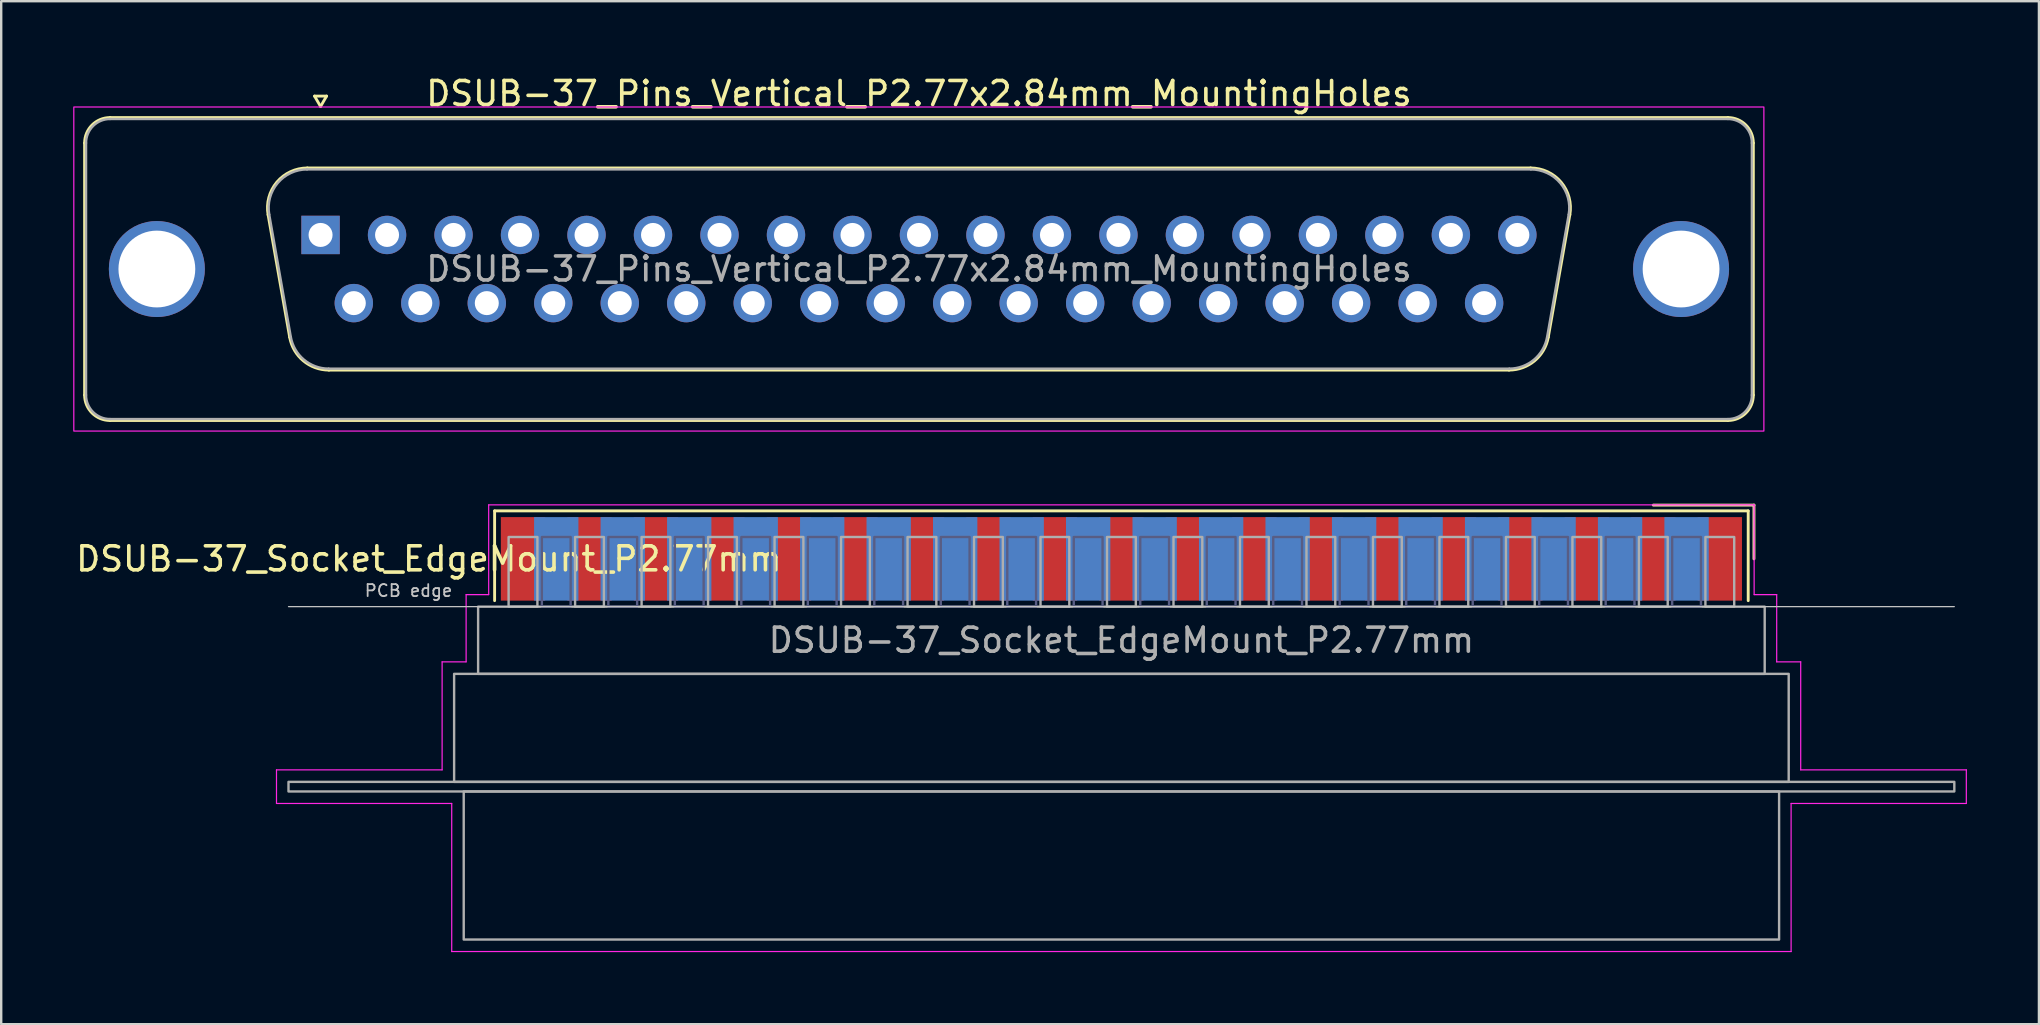
<source format=kicad_pcb>
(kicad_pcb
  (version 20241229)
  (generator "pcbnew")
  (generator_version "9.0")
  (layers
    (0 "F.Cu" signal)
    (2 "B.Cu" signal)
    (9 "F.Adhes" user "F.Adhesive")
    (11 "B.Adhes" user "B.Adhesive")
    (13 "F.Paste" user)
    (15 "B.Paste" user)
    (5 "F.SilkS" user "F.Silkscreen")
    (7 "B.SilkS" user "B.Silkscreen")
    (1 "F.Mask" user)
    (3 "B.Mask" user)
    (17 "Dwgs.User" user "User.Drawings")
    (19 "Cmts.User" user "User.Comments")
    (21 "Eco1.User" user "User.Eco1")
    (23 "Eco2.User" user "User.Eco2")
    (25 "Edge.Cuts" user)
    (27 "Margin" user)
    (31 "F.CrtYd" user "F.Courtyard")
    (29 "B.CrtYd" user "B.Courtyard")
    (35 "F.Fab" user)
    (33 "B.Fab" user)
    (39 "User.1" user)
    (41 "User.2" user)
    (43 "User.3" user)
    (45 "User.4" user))
  (footprint "DSUB-37_Pins_Vertical_P2.77x2.84mm_MountingHoles"
    (layer "F.Cu")
    (at 10.305 6.738)
    (property "Reference" "DSUB-37_Pins_Vertical_P2.77x2.84mm_MountingHoles" (at 24.93 -5.89 0) (layer "F.SilkS") (effects (font (size 1 1) (thickness 0.15))))
    (attr through_hole)
    (fp_line (start -9.83 6.67) (end -9.83 -3.83) (stroke (width 0.12) (type solid)) (layer "F.SilkS"))
    (fp_line (start -8.77 -4.89) (end 58.63 -4.89) (stroke (width 0.12) (type solid)) (layer "F.SilkS"))
    (fp_line (start -1.287 4.258) (end -2.186 -0.842) (stroke (width 0.12) (type solid)) (layer "F.SilkS"))
    (fp_line (start -0.552 -2.79) (end 50.412 -2.79) (stroke (width 0.12) (type solid)) (layer "F.SilkS"))
    (fp_line (start -0.25 -5.784) (end 0.25 -5.784) (stroke (width 0.12) (type solid)) (layer "F.SilkS"))
    (fp_line (start 0 -5.351) (end -0.25 -5.784) (stroke (width 0.12) (type solid)) (layer "F.SilkS"))
    (fp_line (start 0.25 -5.784) (end 0 -5.351) (stroke (width 0.12) (type solid)) (layer "F.SilkS"))
    (fp_line (start 49.512 5.63) (end 0.348 5.63) (stroke (width 0.12) (type solid)) (layer "F.SilkS"))
    (fp_line (start 52.046 -0.842) (end 51.147 4.258) (stroke (width 0.12) (type solid)) (layer "F.SilkS"))
    (fp_line (start 58.63 7.73) (end -8.77 7.73) (stroke (width 0.12) (type solid)) (layer "F.SilkS"))
    (fp_line (start 59.69 -3.83) (end 59.69 6.67) (stroke (width 0.12) (type solid)) (layer "F.SilkS"))
    (fp_arc (start -9.83 -3.83) (mid -9.519533 -4.579533) (end -8.77 -4.89) (stroke (width 0.12) (type solid)) (layer "F.SilkS"))
    (fp_arc (start -8.77 7.73) (mid -9.519533 7.419533) (end -9.83 6.67) (stroke (width 0.12) (type solid)) (layer "F.SilkS"))
    (fp_arc (start -2.18647 -0.841744) (mid -1.823323 -2.197027) (end -0.551689 -2.79) (stroke (width 0.12) (type solid)) (layer "F.SilkS"))
    (fp_arc (start 0.347579 5.63) (mid -0.719449 5.241634) (end -1.287202 4.258256) (stroke (width 0.12) (type solid)) (layer "F.SilkS"))
    (fp_arc (start 50.411689 -2.79) (mid 51.683323 -2.197027) (end 52.04647 -0.841744) (stroke (width 0.12) (type solid)) (layer "F.SilkS"))
    (fp_arc (start 51.147202 4.258256) (mid 50.579449 5.241634) (end 49.512421 5.63) (stroke (width 0.12) (type solid)) (layer "F.SilkS"))
    (fp_arc (start 58.63 -4.89) (mid 59.379533 -4.579533) (end 59.69 -3.83) (stroke (width 0.12) (type solid)) (layer "F.SilkS"))
    (fp_arc (start 59.69 6.67) (mid 59.379533 7.419533) (end 58.63 7.73) (stroke (width 0.12) (type solid)) (layer "F.SilkS"))
    (fp_rect (start -10.28 -5.33) (end 60.13 8.17) (stroke (width 0.05) (type solid)) (fill no) (layer "F.CrtYd"))
    (fp_line (start -9.77 6.67) (end -9.77 -3.83) (stroke (width 0.1) (type solid)) (layer "F.Fab"))
    (fp_line (start -8.77 -4.83) (end 58.63 -4.83) (stroke (width 0.1) (type solid)) (layer "F.Fab"))
    (fp_line (start -1.24 4.248) (end -2.139 -0.852) (stroke (width 0.1) (type solid)) (layer "F.Fab"))
    (fp_line (start -0.563 -2.73) (end 50.423 -2.73) (stroke (width 0.1) (type solid)) (layer "F.Fab"))
    (fp_line (start 49.524 5.57) (end 0.336 5.57) (stroke (width 0.1) (type solid)) (layer "F.Fab"))
    (fp_line (start 51.999 -0.852) (end 51.1 4.248) (stroke (width 0.1) (type solid)) (layer "F.Fab"))
    (fp_line (start 58.63 7.67) (end -8.77 7.67) (stroke (width 0.1) (type solid)) (layer "F.Fab"))
    (fp_line (start 59.63 -3.83) (end 59.63 6.67) (stroke (width 0.1) (type solid)) (layer "F.Fab"))
    (fp_arc (start -9.77 -3.83) (mid -9.477107 -4.537107) (end -8.77 -4.83) (stroke (width 0.1) (type solid)) (layer "F.Fab"))
    (fp_arc (start -8.77 7.67) (mid -9.477107 7.377107) (end -9.77 6.67) (stroke (width 0.1) (type solid)) (layer "F.Fab"))
    (fp_arc (start -2.138887 -0.852163) (mid -1.788865 -2.15846) (end -0.563194 -2.73) (stroke (width 0.1) (type solid)) (layer "F.Fab"))
    (fp_arc (start 0.336073 5.57) (mid -0.692387 5.195671) (end -1.239619 4.247837) (stroke (width 0.1) (type solid)) (layer "F.Fab"))
    (fp_arc (start 50.423194 -2.73) (mid 51.648865 -2.15846) (end 51.998887 -0.852163) (stroke (width 0.1) (type solid)) (layer "F.Fab"))
    (fp_arc (start 51.099619 4.247837) (mid 50.552387 5.195671) (end 49.523927 5.57) (stroke (width 0.1) (type solid)) (layer "F.Fab"))
    (fp_arc (start 58.63 -4.83) (mid 59.337107 -4.537107) (end 59.63 -3.83) (stroke (width 0.1) (type solid)) (layer "F.Fab"))
    (fp_arc (start 59.63 6.67) (mid 59.337107 7.377107) (end 58.63 7.67) (stroke (width 0.1) (type solid)) (layer "F.Fab"))
    (fp_text user "${REFERENCE}" (at 24.93 1.42 0) (layer "F.Fab") (effects (font (size 1 1) (thickness 0.15))))
    (pad "1" thru_hole rect (at 0 0) (size 1.6 1.6) (drill 1) (layers "*.Cu" "*.Mask"))
    (pad "2" thru_hole circle (at 2.77 0) (size 1.6 1.6) (drill 1) (layers "*.Cu" "*.Mask"))
    (pad "3" thru_hole circle (at 5.54 0) (size 1.6 1.6) (drill 1) (layers "*.Cu" "*.Mask"))
    (pad "4" thru_hole circle (at 8.31 0) (size 1.6 1.6) (drill 1) (layers "*.Cu" "*.Mask"))
    (pad "5" thru_hole circle (at 11.08 0) (size 1.6 1.6) (drill 1) (layers "*.Cu" "*.Mask"))
    (pad "6" thru_hole circle (at 13.85 0) (size 1.6 1.6) (drill 1) (layers "*.Cu" "*.Mask"))
    (pad "7" thru_hole circle (at 16.62 0) (size 1.6 1.6) (drill 1) (layers "*.Cu" "*.Mask"))
    (pad "8" thru_hole circle (at 19.39 0) (size 1.6 1.6) (drill 1) (layers "*.Cu" "*.Mask"))
    (pad "9" thru_hole circle (at 22.16 0) (size 1.6 1.6) (drill 1) (layers "*.Cu" "*.Mask"))
    (pad "10" thru_hole circle (at 24.93 0) (size 1.6 1.6) (drill 1) (layers "*.Cu" "*.Mask"))
    (pad "11" thru_hole circle (at 27.7 0) (size 1.6 1.6) (drill 1) (layers "*.Cu" "*.Mask"))
    (pad "12" thru_hole circle (at 30.47 0) (size 1.6 1.6) (drill 1) (layers "*.Cu" "*.Mask"))
    (pad "13" thru_hole circle (at 33.24 0) (size 1.6 1.6) (drill 1) (layers "*.Cu" "*.Mask"))
    (pad "14" thru_hole circle (at 36.01 0) (size 1.6 1.6) (drill 1) (layers "*.Cu" "*.Mask"))
    (pad "15" thru_hole circle (at 38.78 0) (size 1.6 1.6) (drill 1) (layers "*.Cu" "*.Mask"))
    (pad "16" thru_hole circle (at 41.55 0) (size 1.6 1.6) (drill 1) (layers "*.Cu" "*.Mask"))
    (pad "17" thru_hole circle (at 44.32 0) (size 1.6 1.6) (drill 1) (layers "*.Cu" "*.Mask"))
    (pad "18" thru_hole circle (at 47.09 0) (size 1.6 1.6) (drill 1) (layers "*.Cu" "*.Mask"))
    (pad "19" thru_hole circle (at 49.86 0) (size 1.6 1.6) (drill 1) (layers "*.Cu" "*.Mask"))
    (pad "20" thru_hole circle (at 1.385 2.84) (size 1.6 1.6) (drill 1) (layers "*.Cu" "*.Mask"))
    (pad "21" thru_hole circle (at 4.155 2.84) (size 1.6 1.6) (drill 1) (layers "*.Cu" "*.Mask"))
    (pad "22" thru_hole circle (at 6.925 2.84) (size 1.6 1.6) (drill 1) (layers "*.Cu" "*.Mask"))
    (pad "23" thru_hole circle (at 9.695 2.84) (size 1.6 1.6) (drill 1) (layers "*.Cu" "*.Mask"))
    (pad "24" thru_hole circle (at 12.465 2.84) (size 1.6 1.6) (drill 1) (layers "*.Cu" "*.Mask"))
    (pad "25" thru_hole circle (at 15.235 2.84) (size 1.6 1.6) (drill 1) (layers "*.Cu" "*.Mask"))
    (pad "26" thru_hole circle (at 18.005 2.84) (size 1.6 1.6) (drill 1) (layers "*.Cu" "*.Mask"))
    (pad "27" thru_hole circle (at 20.775 2.84) (size 1.6 1.6) (drill 1) (layers "*.Cu" "*.Mask"))
    (pad "28" thru_hole circle (at 23.545 2.84) (size 1.6 1.6) (drill 1) (layers "*.Cu" "*.Mask"))
    (pad "29" thru_hole circle (at 26.315 2.84) (size 1.6 1.6) (drill 1) (layers "*.Cu" "*.Mask"))
    (pad "30" thru_hole circle (at 29.085 2.84) (size 1.6 1.6) (drill 1) (layers "*.Cu" "*.Mask"))
    (pad "31" thru_hole circle (at 31.855 2.84) (size 1.6 1.6) (drill 1) (layers "*.Cu" "*.Mask"))
    (pad "32" thru_hole circle (at 34.625 2.84) (size 1.6 1.6) (drill 1) (layers "*.Cu" "*.Mask"))
    (pad "33" thru_hole circle (at 37.395 2.84) (size 1.6 1.6) (drill 1) (layers "*.Cu" "*.Mask"))
    (pad "34" thru_hole circle (at 40.165 2.84) (size 1.6 1.6) (drill 1) (layers "*.Cu" "*.Mask"))
    (pad "35" thru_hole circle (at 42.935 2.84) (size 1.6 1.6) (drill 1) (layers "*.Cu" "*.Mask"))
    (pad "36" thru_hole circle (at 45.705 2.84) (size 1.6 1.6) (drill 1) (layers "*.Cu" "*.Mask"))
    (pad "37" thru_hole circle (at 48.475 2.84) (size 1.6 1.6) (drill 1) (layers "*.Cu" "*.Mask"))
    (pad "SH" thru_hole circle (at -6.82 1.42) (size 4 4) (drill 3.2) (layers "*.Cu" "*.Mask"))
    (pad "SH" thru_hole circle (at 56.68 1.42) (size 4 4) (drill 3.2) (layers "*.Cu" "*.Mask")))
  (footprint "DSUB-37_Socket_EdgeMount_P2.77mm"
    (layer "F.Cu")
    (at 43.669 20.233)
    (property "Reference" "DSUB-37_Socket_EdgeMount_P2.77mm" (at -28.853 0 0) (layer "F.SilkS") (effects (font (size 1 1) (thickness 0.15))))
    (attr smd)
    (fp_line (start -26.113 -2) (end -26.113 1.74) (stroke (width 0.12) (type solid)) (layer "F.SilkS"))
    (fp_line (start 26.113 -2) (end -26.113 -2) (stroke (width 0.12) (type solid)) (layer "F.SilkS"))
    (fp_line (start 26.113 1.74) (end 26.113 -2) (stroke (width 0.12) (type solid)) (layer "F.SilkS"))
    (fp_line (start 26.353 -2.24) (end 22.16 -2.24) (stroke (width 0.12) (type solid)) (layer "F.SilkS"))
    (fp_line (start 26.353 0) (end 26.353 -2.24) (stroke (width 0.12) (type solid)) (layer "F.SilkS"))
    (fp_line (start -34.7 1.99) (end 34.7 1.99) (stroke (width 0.05) (type solid)) (layer "Dwgs.User"))
    (fp_line (start -35.2 8.79) (end -28.3 8.79) (stroke (width 0.05) (type solid)) (layer "F.CrtYd"))
    (fp_line (start -35.2 10.19) (end -35.2 8.79) (stroke (width 0.05) (type solid)) (layer "F.CrtYd"))
    (fp_line (start -28.3 4.29) (end -27.3 4.29) (stroke (width 0.05) (type solid)) (layer "F.CrtYd"))
    (fp_line (start -28.3 8.79) (end -28.3 4.29) (stroke (width 0.05) (type solid)) (layer "F.CrtYd"))
    (fp_line (start -27.9 10.19) (end -35.2 10.19) (stroke (width 0.05) (type solid)) (layer "F.CrtYd"))
    (fp_line (start -27.9 16.36) (end -27.9 10.19) (stroke (width 0.05) (type solid)) (layer "F.CrtYd"))
    (fp_line (start -27.3 1.49) (end -26.36 1.49) (stroke (width 0.05) (type solid)) (layer "F.CrtYd"))
    (fp_line (start -27.3 4.29) (end -27.3 1.49) (stroke (width 0.05) (type solid)) (layer "F.CrtYd"))
    (fp_line (start -26.36 -2.25) (end 26.36 -2.25) (stroke (width 0.05) (type solid)) (layer "F.CrtYd"))
    (fp_line (start -26.36 1.49) (end -26.36 -2.25) (stroke (width 0.05) (type solid)) (layer "F.CrtYd"))
    (fp_line (start 26.36 -2.25) (end 26.36 1.49) (stroke (width 0.05) (type solid)) (layer "F.CrtYd"))
    (fp_line (start 26.36 1.49) (end 27.3 1.49) (stroke (width 0.05) (type solid)) (layer "F.CrtYd"))
    (fp_line (start 27.3 1.49) (end 27.3 4.29) (stroke (width 0.05) (type solid)) (layer "F.CrtYd"))
    (fp_line (start 27.3 4.29) (end 28.3 4.29) (stroke (width 0.05) (type solid)) (layer "F.CrtYd"))
    (fp_line (start 27.9 10.19) (end 27.9 16.36) (stroke (width 0.05) (type solid)) (layer "F.CrtYd"))
    (fp_line (start 27.9 16.36) (end -27.9 16.36) (stroke (width 0.05) (type solid)) (layer "F.CrtYd"))
    (fp_line (start 28.3 4.29) (end 28.3 8.79) (stroke (width 0.05) (type solid)) (layer "F.CrtYd"))
    (fp_line (start 28.3 8.79) (end 35.2 8.79) (stroke (width 0.05) (type solid)) (layer "F.CrtYd"))
    (fp_line (start 35.2 8.79) (end 35.2 10.19) (stroke (width 0.05) (type solid)) (layer "F.CrtYd"))
    (fp_line (start 35.2 10.19) (end 27.9 10.19) (stroke (width 0.05) (type solid)) (layer "F.CrtYd"))
    (fp_rect (start -24.145 -0.91) (end -22.945 1.99) (stroke (width 0.1) (type solid)) (fill no) (layer "B.Fab"))
    (fp_rect (start -21.375 -0.91) (end -20.175 1.99) (stroke (width 0.1) (type solid)) (fill no) (layer "B.Fab"))
    (fp_rect (start -18.605 -0.91) (end -17.405 1.99) (stroke (width 0.1) (type solid)) (fill no) (layer "B.Fab"))
    (fp_rect (start -15.835 -0.91) (end -14.635 1.99) (stroke (width 0.1) (type solid)) (fill no) (layer "B.Fab"))
    (fp_rect (start -13.065 -0.91) (end -11.865 1.99) (stroke (width 0.1) (type solid)) (fill no) (layer "B.Fab"))
    (fp_rect (start -10.295 -0.91) (end -9.095 1.99) (stroke (width 0.1) (type solid)) (fill no) (layer "B.Fab"))
    (fp_rect (start -7.525 -0.91) (end -6.325 1.99) (stroke (width 0.1) (type solid)) (fill no) (layer "B.Fab"))
    (fp_rect (start -4.755 -0.91) (end -3.555 1.99) (stroke (width 0.1) (type solid)) (fill no) (layer "B.Fab"))
    (fp_rect (start -1.985 -0.91) (end -0.785 1.99) (stroke (width 0.1) (type solid)) (fill no) (layer "B.Fab"))
    (fp_rect (start 0.785 -0.91) (end 1.985 1.99) (stroke (width 0.1) (type solid)) (fill no) (layer "B.Fab"))
    (fp_rect (start 3.555 -0.91) (end 4.755 1.99) (stroke (width 0.1) (type solid)) (fill no) (layer "B.Fab"))
    (fp_rect (start 6.325 -0.91) (end 7.525 1.99) (stroke (width 0.1) (type solid)) (fill no) (layer "B.Fab"))
    (fp_rect (start 9.095 -0.91) (end 10.295 1.99) (stroke (width 0.1) (type solid)) (fill no) (layer "B.Fab"))
    (fp_rect (start 11.865 -0.91) (end 13.065 1.99) (stroke (width 0.1) (type solid)) (fill no) (layer "B.Fab"))
    (fp_rect (start 14.635 -0.91) (end 15.835 1.99) (stroke (width 0.1) (type solid)) (fill no) (layer "B.Fab"))
    (fp_rect (start 17.405 -0.91) (end 18.605 1.99) (stroke (width 0.1) (type solid)) (fill no) (layer "B.Fab"))
    (fp_rect (start 20.175 -0.91) (end 21.375 1.99) (stroke (width 0.1) (type solid)) (fill no) (layer "B.Fab"))
    (fp_rect (start 22.945 -0.91) (end 24.145 1.99) (stroke (width 0.1) (type solid)) (fill no) (layer "B.Fab"))
    (fp_rect (start -34.7 9.29) (end 34.7 9.69) (stroke (width 0.1) (type solid)) (fill no) (layer "F.Fab"))
    (fp_rect (start -27.8 4.79) (end 27.8 9.29) (stroke (width 0.1) (type solid)) (fill no) (layer "F.Fab"))
    (fp_rect (start -27.4 9.69) (end 27.4 15.86) (stroke (width 0.1) (type solid)) (fill no) (layer "F.Fab"))
    (fp_rect (start -26.8 1.99) (end 26.8 4.79) (stroke (width 0.1) (type solid)) (fill no) (layer "F.Fab"))
    (fp_rect (start -25.53 -0.91) (end -24.33 1.99) (stroke (width 0.1) (type solid)) (fill no) (layer "F.Fab"))
    (fp_rect (start -22.76 -0.91) (end -21.56 1.99) (stroke (width 0.1) (type solid)) (fill no) (layer "F.Fab"))
    (fp_rect (start -19.99 -0.91) (end -18.79 1.99) (stroke (width 0.1) (type solid)) (fill no) (layer "F.Fab"))
    (fp_rect (start -17.22 -0.91) (end -16.02 1.99) (stroke (width 0.1) (type solid)) (fill no) (layer "F.Fab"))
    (fp_rect (start -14.45 -0.91) (end -13.25 1.99) (stroke (width 0.1) (type solid)) (fill no) (layer "F.Fab"))
    (fp_rect (start -11.68 -0.91) (end -10.48 1.99) (stroke (width 0.1) (type solid)) (fill no) (layer "F.Fab"))
    (fp_rect (start -8.91 -0.91) (end -7.71 1.99) (stroke (width 0.1) (type solid)) (fill no) (layer "F.Fab"))
    (fp_rect (start -6.14 -0.91) (end -4.94 1.99) (stroke (width 0.1) (type solid)) (fill no) (layer "F.Fab"))
    (fp_rect (start -3.37 -0.91) (end -2.17 1.99) (stroke (width 0.1) (type solid)) (fill no) (layer "F.Fab"))
    (fp_rect (start -0.6 -0.91) (end 0.6 1.99) (stroke (width 0.1) (type solid)) (fill no) (layer "F.Fab"))
    (fp_rect (start 2.17 -0.91) (end 3.37 1.99) (stroke (width 0.1) (type solid)) (fill no) (layer "F.Fab"))
    (fp_rect (start 4.94 -0.91) (end 6.14 1.99) (stroke (width 0.1) (type solid)) (fill no) (layer "F.Fab"))
    (fp_rect (start 7.71 -0.91) (end 8.91 1.99) (stroke (width 0.1) (type solid)) (fill no) (layer "F.Fab"))
    (fp_rect (start 10.48 -0.91) (end 11.68 1.99) (stroke (width 0.1) (type solid)) (fill no) (layer "F.Fab"))
    (fp_rect (start 13.25 -0.91) (end 14.45 1.99) (stroke (width 0.1) (type solid)) (fill no) (layer "F.Fab"))
    (fp_rect (start 16.02 -0.91) (end 17.22 1.99) (stroke (width 0.1) (type solid)) (fill no) (layer "F.Fab"))
    (fp_rect (start 18.79 -0.91) (end 19.99 1.99) (stroke (width 0.1) (type solid)) (fill no) (layer "F.Fab"))
    (fp_rect (start 21.56 -0.91) (end 22.76 1.99) (stroke (width 0.1) (type solid)) (fill no) (layer "F.Fab"))
    (fp_rect (start 24.33 -0.91) (end 25.53 1.99) (stroke (width 0.1) (type solid)) (fill no) (layer "F.Fab"))
    (fp_text user "PCB edge" (at -29.7 1.323 0) (layer "Dwgs.User") (effects (font (size 0.5 0.5) (thickness 0.075))))
    (fp_text user "${REFERENCE}" (at 0 3.39 0) (layer "F.Fab") (effects (font (size 1 1) (thickness 0.15))))
    (pad "1" smd rect (at 24.93 0) (size 1.847 3.48) (layers "F.Cu" "F.Mask" "F.Paste"))
    (pad "2" smd rect (at 22.16 0) (size 1.847 3.48) (layers "F.Cu" "F.Mask" "F.Paste"))
    (pad "3" smd rect (at 19.39 0) (size 1.847 3.48) (layers "F.Cu" "F.Mask" "F.Paste"))
    (pad "4" smd rect (at 16.62 0) (size 1.847 3.48) (layers "F.Cu" "F.Mask" "F.Paste"))
    (pad "5" smd rect (at 13.85 0) (size 1.847 3.48) (layers "F.Cu" "F.Mask" "F.Paste"))
    (pad "6" smd rect (at 11.08 0) (size 1.847 3.48) (layers "F.Cu" "F.Mask" "F.Paste"))
    (pad "7" smd rect (at 8.31 0) (size 1.847 3.48) (layers "F.Cu" "F.Mask" "F.Paste"))
    (pad "8" smd rect (at 5.54 0) (size 1.847 3.48) (layers "F.Cu" "F.Mask" "F.Paste"))
    (pad "9" smd rect (at 2.77 0) (size 1.847 3.48) (layers "F.Cu" "F.Mask" "F.Paste"))
    (pad "10" smd rect (at 0 0) (size 1.847 3.48) (layers "F.Cu" "F.Mask" "F.Paste"))
    (pad "11" smd rect (at -2.77 0) (size 1.847 3.48) (layers "F.Cu" "F.Mask" "F.Paste"))
    (pad "12" smd rect (at -5.54 0) (size 1.847 3.48) (layers "F.Cu" "F.Mask" "F.Paste"))
    (pad "13" smd rect (at -8.31 0) (size 1.847 3.48) (layers "F.Cu" "F.Mask" "F.Paste"))
    (pad "14" smd rect (at -11.08 0) (size 1.847 3.48) (layers "F.Cu" "F.Mask" "F.Paste"))
    (pad "15" smd rect (at -13.85 0) (size 1.847 3.48) (layers "F.Cu" "F.Mask" "F.Paste"))
    (pad "16" smd rect (at -16.62 0) (size 1.847 3.48) (layers "F.Cu" "F.Mask" "F.Paste"))
    (pad "17" smd rect (at -19.39 0) (size 1.847 3.48) (layers "F.Cu" "F.Mask" "F.Paste"))
    (pad "18" smd rect (at -22.16 0) (size 1.847 3.48) (layers "F.Cu" "F.Mask" "F.Paste"))
    (pad "19" smd rect (at -24.93 0) (size 1.847 3.48) (layers "F.Cu" "F.Mask" "F.Paste"))
    (pad "20" smd rect (at 23.545 0) (size 1.847 3.48) (layers "B.Cu" "B.Mask" "B.Paste"))
    (pad "21" smd rect (at 20.775 0) (size 1.847 3.48) (layers "B.Cu" "B.Mask" "B.Paste"))
    (pad "22" smd rect (at 18.005 0) (size 1.847 3.48) (layers "B.Cu" "B.Mask" "B.Paste"))
    (pad "23" smd rect (at 15.235 0) (size 1.847 3.48) (layers "B.Cu" "B.Mask" "B.Paste"))
    (pad "24" smd rect (at 12.465 0) (size 1.847 3.48) (layers "B.Cu" "B.Mask" "B.Paste"))
    (pad "25" smd rect (at 9.695 0) (size 1.847 3.48) (layers "B.Cu" "B.Mask" "B.Paste"))
    (pad "26" smd rect (at 6.925 0) (size 1.847 3.48) (layers "B.Cu" "B.Mask" "B.Paste"))
    (pad "27" smd rect (at 4.155 0) (size 1.847 3.48) (layers "B.Cu" "B.Mask" "B.Paste"))
    (pad "28" smd rect (at 1.385 0) (size 1.847 3.48) (layers "B.Cu" "B.Mask" "B.Paste"))
    (pad "29" smd rect (at -1.385 0) (size 1.847 3.48) (layers "B.Cu" "B.Mask" "B.Paste"))
    (pad "30" smd rect (at -4.155 0) (size 1.847 3.48) (layers "B.Cu" "B.Mask" "B.Paste"))
    (pad "31" smd rect (at -6.925 0) (size 1.847 3.48) (layers "B.Cu" "B.Mask" "B.Paste"))
    (pad "32" smd rect (at -9.695 0) (size 1.847 3.48) (layers "B.Cu" "B.Mask" "B.Paste"))
    (pad "33" smd rect (at -12.465 0) (size 1.847 3.48) (layers "B.Cu" "B.Mask" "B.Paste"))
    (pad "34" smd rect (at -15.235 0) (size 1.847 3.48) (layers "B.Cu" "B.Mask" "B.Paste"))
    (pad "35" smd rect (at -18.005 0) (size 1.847 3.48) (layers "B.Cu" "B.Mask" "B.Paste"))
    (pad "36" smd rect (at -20.775 0) (size 1.847 3.48) (layers "B.Cu" "B.Mask" "B.Paste"))
    (pad "37" smd rect (at -23.545 0) (size 1.847 3.48) (layers "B.Cu" "B.Mask" "B.Paste")))
  (gr_rect
    (start -3 -3)
    (end 81.894 39.618)
    (stroke (width 0.1) (type default))
    (fill no)
    (layer "Edge.Cuts")))
</source>
